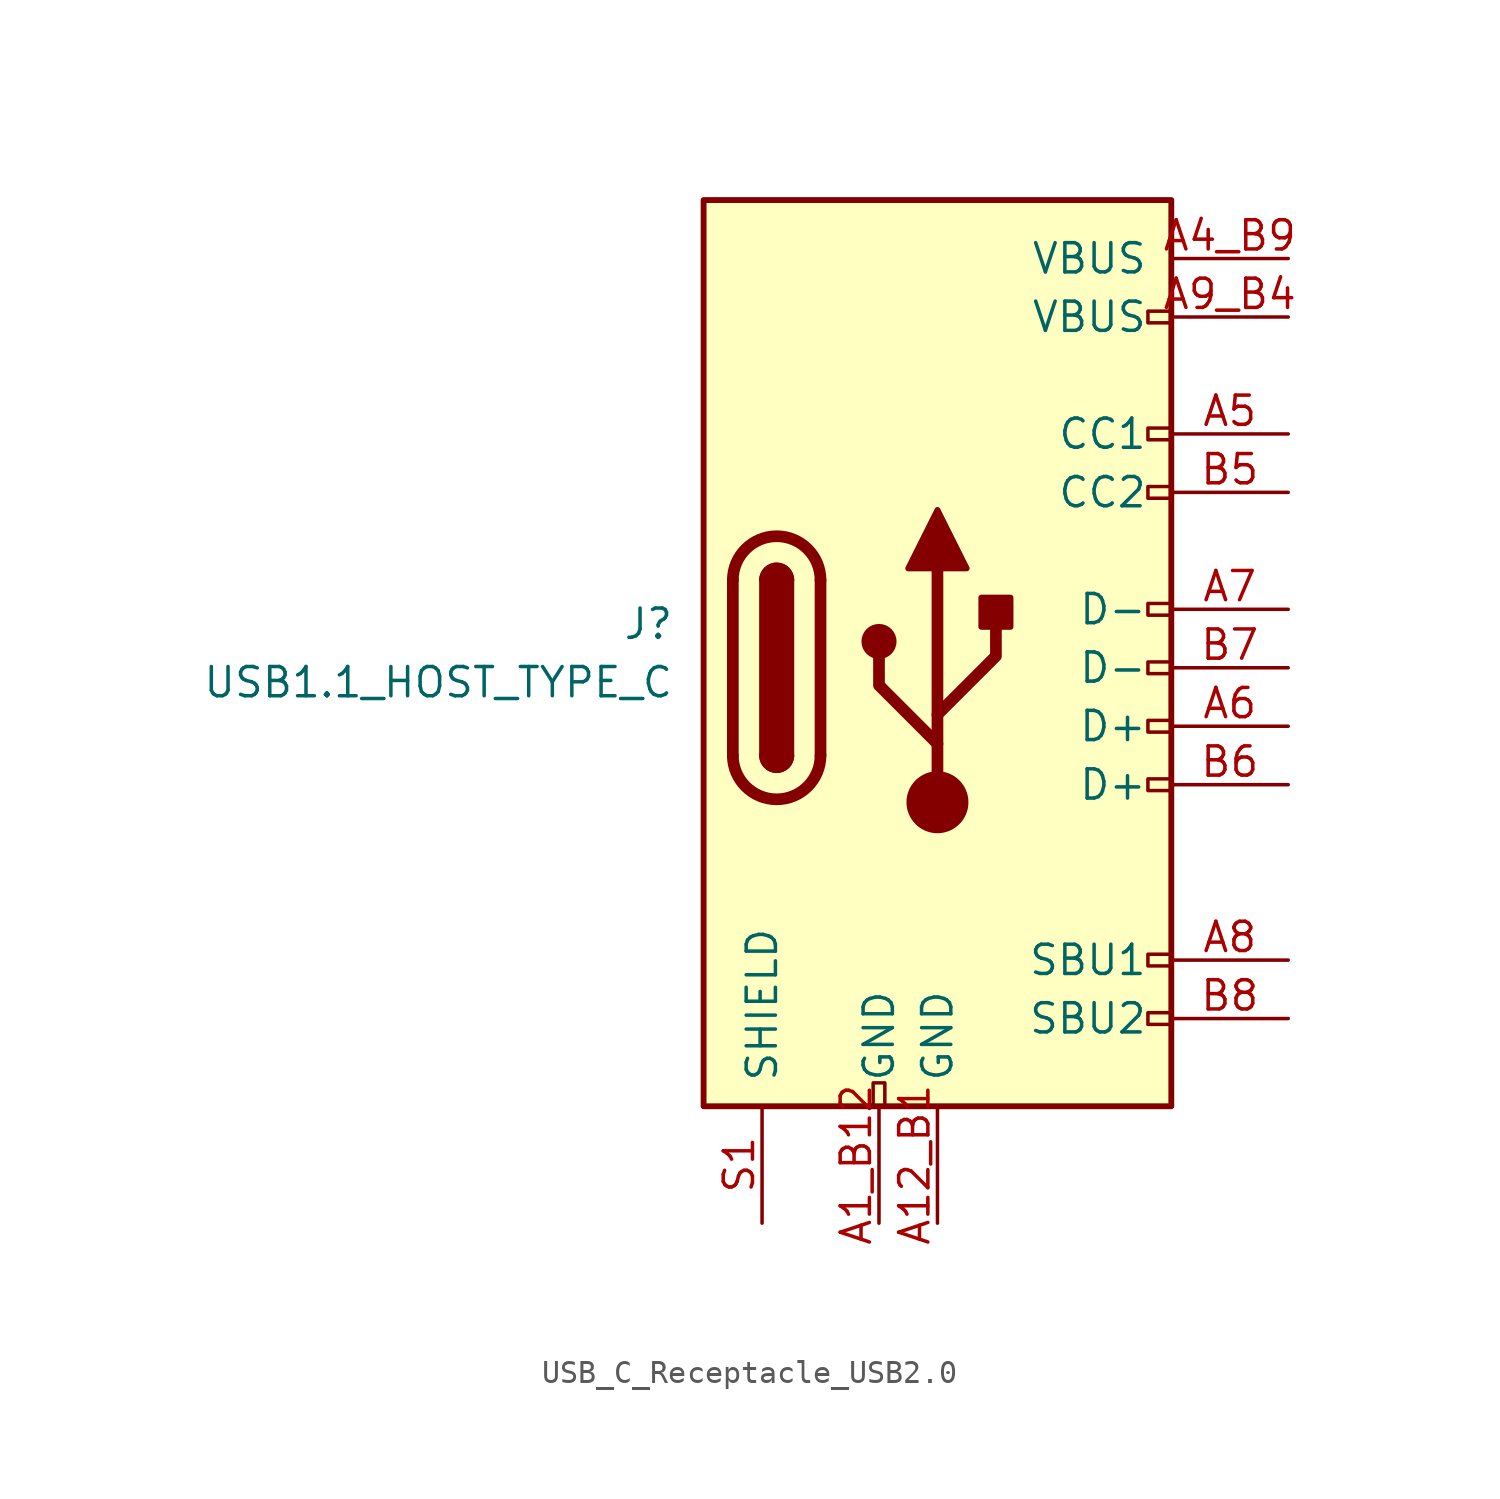
<source format=kicad_sym>
(kicad_symbol_lib
  (version 20231120)
  (generator "kicad_symbol_editor")
  (generator_version "8.0")
  (symbol "USB_C_Receptacle_USB2.0"
    (pin_names
      (offset 1.016))
    (property "Reference" "J"
      (at -11.43 1.905 0)
      (effects (font (size 1.27 1.27)) (justify right)))
    (property "Value" "USB1.1_HOST_TYPE_C"
      (at -11.43 -0.635 0)
      (effects (font (size 1.27 1.27)) (justify right)))
    (symbol "USB_C_Receptacle_USB2.0_0_0"
      (rectangle (start -2.794 -19.05) (end -2.286 -18.034) (stroke (width 0) (type default)) (fill (type none)))
      (rectangle (start 10.16 -14.986) (end 9.144 -15.494) (stroke (width 0) (type default)) (fill (type none)))
      (rectangle (start 10.16 -12.446) (end 9.144 -12.954) (stroke (width 0) (type default)) (fill (type none)))
      (rectangle (start 10.16 -4.826) (end 9.144 -5.334) (stroke (width 0) (type default)) (fill (type none)))
      (rectangle (start 10.16 -2.286) (end 9.144 -2.794) (stroke (width 0) (type default)) (fill (type none)))
      (rectangle (start 10.16 0.254) (end 9.144 -0.254) (stroke (width 0) (type default)) (fill (type none)))
      (rectangle (start 10.16 2.794) (end 9.144 2.286) (stroke (width 0) (type default)) (fill (type none)))
      (rectangle (start 10.16 7.874) (end 9.144 7.366) (stroke (width 0) (type default)) (fill (type none)))
      (rectangle (start 10.16 10.414) (end 9.144 9.906) (stroke (width 0) (type default)) (fill (type none)))
      (rectangle (start 10.16 15.494) (end 9.144 14.986) (stroke (width 0) (type default)) (fill (type none))))
    (symbol "USB_C_Receptacle_USB2.0_0_1"
      (rectangle (start -10.16 20.32) (end 10.16 -19.05) (stroke (width 0.254) (type default)) (fill (type background)))
      (arc (start -8.89 -3.81) (mid -6.985 -5.7066) (end -5.08 -3.81) (stroke (width 0.508) (type default)) (fill (type none)))
      (arc (start -7.62 -3.81) (mid -6.985 -4.4422) (end -6.35 -3.81) (stroke (width 0.254) (type default)) (fill (type none)))
      (arc (start -7.62 -3.81) (mid -6.985 -4.4422) (end -6.35 -3.81) (stroke (width 0.254) (type default)) (fill (type outline)))
      (rectangle (start -7.62 -3.81) (end -6.35 3.81) (stroke (width 0.254) (type default)) (fill (type outline)))
      (arc (start -6.35 3.81) (mid -6.985 4.4422) (end -7.62 3.81) (stroke (width 0.254) (type default)) (fill (type none)))
      (arc (start -6.35 3.81) (mid -6.985 4.4422) (end -7.62 3.81) (stroke (width 0.254) (type default)) (fill (type outline)))
      (arc (start -5.08 3.81) (mid -6.985 5.7066) (end -8.89 3.81) (stroke (width 0.508) (type default)) (fill (type none)))
      (circle (center -2.54 1.143) (radius 0.635) (stroke (width 0.254) (type default)) (fill (type outline)))
      (circle (center 0 -5.842) (radius 1.27) (stroke (width 0) (type default)) (fill (type outline)))
      (polyline (pts (xy -8.89 -3.81) (xy -8.89 3.81)) (stroke (width 0.508) (type default)) (fill (type none)))
      (polyline (pts (xy -5.08 3.81) (xy -5.08 -3.81)) (stroke (width 0.508) (type default)) (fill (type none)))
      (polyline (pts (xy 0 -5.842) (xy 0 4.318)) (stroke (width 0.508) (type default)) (fill (type none)))
      (polyline (pts (xy 0 -3.302) (xy -2.54 -0.762) (xy -2.54 0.508)) (stroke (width 0.508) (type default)) (fill (type none)))
      (polyline (pts (xy 0 -2.032) (xy 2.54 0.508) (xy 2.54 1.778)) (stroke (width 0.508) (type default)) (fill (type none)))
      (polyline (pts (xy -1.27 4.318) (xy 0 6.858) (xy 1.27 4.318) (xy -1.27 4.318)) (stroke (width 0.254) (type default)) (fill (type outline)))
      (rectangle (start 1.905 1.778) (end 3.175 3.048) (stroke (width 0.254) (type default)) (fill (type outline))))
    (symbol "USB_C_Receptacle_USB2.0_1_1"
      (pin passive line (at 0 -24.13 90) (length 5.08) (name "GND" (effects (font (size 1.27 1.27)))) (number "A12_B1" (effects (font (size 1.27 1.27)))))
      (pin passive line (at -2.54 -24.13 90) (length 5.08) (name "GND" (effects (font (size 1.27 1.27)))) (number "A1_B12" (effects (font (size 1.27 1.27)))))
      (pin passive line (at 15.24 17.78 180) (length 5.08) (name "VBUS" (effects (font (size 1.27 1.27)))) (number "A4_B9" (effects (font (size 1.27 1.27)))))
      (pin bidirectional line (at 15.24 10.16 180) (length 5.08) (name "CC1" (effects (font (size 1.27 1.27)))) (number "A5" (effects (font (size 1.27 1.27)))))
      (pin bidirectional line (at 15.24 -2.54 180) (length 5.08) (name "D+" (effects (font (size 1.27 1.27)))) (number "A6" (effects (font (size 1.27 1.27)))))
      (pin bidirectional line (at 15.24 2.54 180) (length 5.08) (name "D-" (effects (font (size 1.27 1.27)))) (number "A7" (effects (font (size 1.27 1.27)))))
      (pin bidirectional line (at 15.24 -12.7 180) (length 5.08) (name "SBU1" (effects (font (size 1.27 1.27)))) (number "A8" (effects (font (size 1.27 1.27)))))
      (pin passive line (at 15.24 15.24 180) (length 5.08) (name "VBUS" (effects (font (size 1.27 1.27)))) (number "A9_B4" (effects (font (size 1.27 1.27)))))
      (pin bidirectional line (at 15.24 7.62 180) (length 5.08) (name "CC2" (effects (font (size 1.27 1.27)))) (number "B5" (effects (font (size 1.27 1.27)))))
      (pin bidirectional line (at 15.24 -5.08 180) (length 5.08) (name "D+" (effects (font (size 1.27 1.27)))) (number "B6" (effects (font (size 1.27 1.27)))))
      (pin bidirectional line (at 15.24 0 180) (length 5.08) (name "D-" (effects (font (size 1.27 1.27)))) (number "B7" (effects (font (size 1.27 1.27)))))
      (pin bidirectional line (at 15.24 -15.24 180) (length 5.08) (name "SBU2" (effects (font (size 1.27 1.27)))) (number "B8" (effects (font (size 1.27 1.27)))))
      (pin passive line (at -7.62 -24.13 90) (length 5.08) (name "SHIELD" (effects (font (size 1.27 1.27)))) (number "S1" (effects (font (size 1.27 1.27))))))))
</source>
